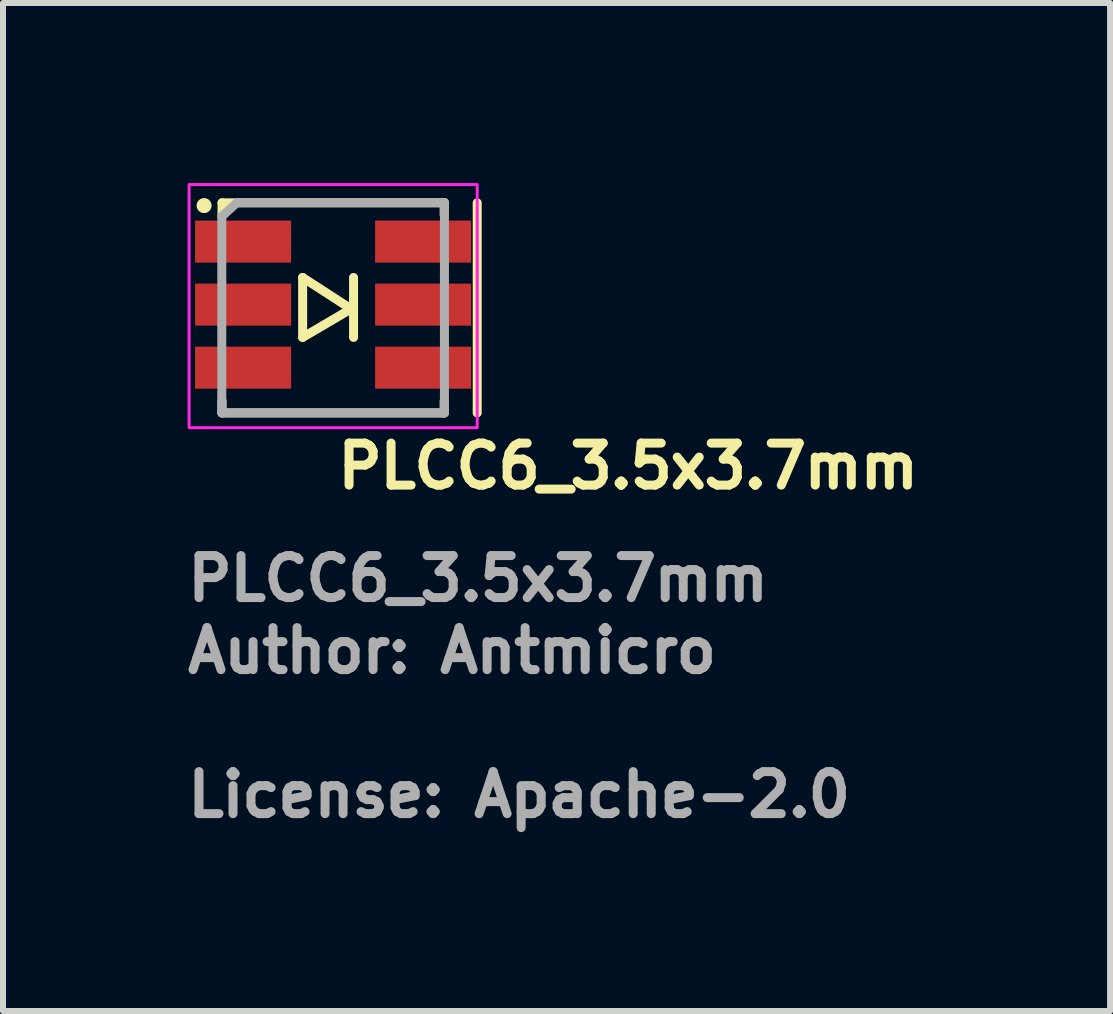
<source format=kicad_pcb>
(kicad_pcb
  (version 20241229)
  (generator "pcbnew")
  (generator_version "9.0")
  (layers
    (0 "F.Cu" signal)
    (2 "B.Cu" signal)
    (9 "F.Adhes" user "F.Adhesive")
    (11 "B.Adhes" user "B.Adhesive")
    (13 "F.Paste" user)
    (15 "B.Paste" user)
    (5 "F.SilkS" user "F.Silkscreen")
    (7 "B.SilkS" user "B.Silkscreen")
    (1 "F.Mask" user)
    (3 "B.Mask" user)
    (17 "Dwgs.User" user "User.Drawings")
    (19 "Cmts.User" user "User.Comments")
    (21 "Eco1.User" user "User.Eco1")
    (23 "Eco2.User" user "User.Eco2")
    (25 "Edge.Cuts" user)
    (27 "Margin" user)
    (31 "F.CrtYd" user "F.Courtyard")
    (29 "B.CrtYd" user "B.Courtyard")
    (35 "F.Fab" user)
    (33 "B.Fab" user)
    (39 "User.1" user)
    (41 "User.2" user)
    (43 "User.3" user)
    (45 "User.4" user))
  (footprint "PLCC6_3.5x3.7mm"
    (layer "F.Cu")
    (at 2.5 2.025)
    (property "Reference" "PLCC6_3.5x3.7mm" (at 0 3.1 0) (layer "F.SilkS") (effects (font (size 0.7 0.7) (thickness 0.15)) (justify left bottom)))
    (attr smd)
    (fp_line (start -1.851 -1.696) (end -1.851 -1.496) (stroke (width 0.15) (type solid)) (layer "F.SilkS"))
    (fp_line (start -1.851 -1.696) (end 1.85 -1.696) (stroke (width 0.15) (type solid)) (layer "F.SilkS"))
    (fp_line (start -1.851 1.804) (end -1.851 1.604) (stroke (width 0.15) (type solid)) (layer "F.SilkS"))
    (fp_line (start -0.508 -0.452) (end 0.34 0.098) (stroke (width 0.15) (type solid)) (layer "F.SilkS"))
    (fp_line (start -0.508 0.546) (end -0.508 -0.452) (stroke (width 0.15) (type solid)) (layer "F.SilkS"))
    (fp_line (start 0.34 0.047) (end -0.508 0.546) (stroke (width 0.15) (type solid)) (layer "F.SilkS"))
    (fp_line (start 0.34 0.546) (end 0.34 -0.452) (stroke (width 0.15) (type solid)) (layer "F.SilkS"))
    (fp_line (start 1.85 -1.696) (end 1.85 -1.496) (stroke (width 0.15) (type solid)) (layer "F.SilkS"))
    (fp_line (start 1.85 1.804) (end -1.851 1.804) (stroke (width 0.15) (type solid)) (layer "F.SilkS"))
    (fp_line (start 1.85 1.804) (end 1.85 1.604) (stroke (width 0.15) (type solid)) (layer "F.SilkS"))
    (fp_line (start 2.4 -1.696) (end 2.4 1.804) (stroke (width 0.15) (type solid)) (layer "F.SilkS"))
    (fp_circle (center -2.15 -1.65) (end -2.1 -1.65) (stroke (width 0.15) (type solid)) (fill yes) (layer "F.SilkS"))
    (fp_rect (start -2.4 -2) (end 2.4 2.05) (stroke (width 0.05) (type solid)) (fill no) (layer "F.CrtYd"))
    (fp_line (start -1.855 -1.47) (end -1.855 1.804) (stroke (width 0.15) (type solid)) (layer "F.Fab"))
    (fp_line (start -1.601 -1.7) (end -1.855 -1.47) (stroke (width 0.15) (type solid)) (layer "F.Fab"))
    (fp_line (start 1.854 -1.7) (end -1.601 -1.7) (stroke (width 0.15) (type solid)) (layer "F.Fab"))
    (fp_line (start 1.854 -1.7) (end 1.854 1.804) (stroke (width 0.15) (type solid)) (layer "F.Fab"))
    (fp_line (start 1.854 1.804) (end -1.855 1.804) (stroke (width 0.15) (type solid)) (layer "F.Fab"))
    (fp_rect (start -1.851 -1.75) (end 1.85 1.749) (stroke (width 0.1) (type solid)) (fill no) (layer "User.5"))
    (fp_line (start -1.85 -1.749) (end -1.85 1.75) (stroke (width 0.02) (type solid)) (layer "User.9"))
    (fp_line (start -1.85 -1.429) (end -1.85 -1.429) (stroke (width 0.02) (type solid)) (layer "User.9"))
    (fp_line (start -1.85 -1.429) (end -1.85 -0.829) (stroke (width 0.02) (type solid)) (layer "User.9"))
    (fp_line (start -1.85 -0.829) (end -1.85 -0.829) (stroke (width 0.02) (type solid)) (layer "User.9"))
    (fp_line (start -1.85 -0.349) (end -1.85 -0.349) (stroke (width 0.02) (type solid)) (layer "User.9"))
    (fp_line (start -1.85 -0.349) (end -1.85 0.251) (stroke (width 0.02) (type solid)) (layer "User.9"))
    (fp_line (start -1.85 0.251) (end -1.85 0.251) (stroke (width 0.02) (type solid)) (layer "User.9"))
    (fp_line (start -1.85 0.731) (end -1.85 0.731) (stroke (width 0.02) (type solid)) (layer "User.9"))
    (fp_line (start -1.85 0.731) (end -1.85 1.331) (stroke (width 0.02) (type solid)) (layer "User.9"))
    (fp_line (start -1.85 1.331) (end -1.85 1.331) (stroke (width 0.02) (type solid)) (layer "User.9"))
    (fp_line (start -1.85 1.75) (end 1.851 1.75) (stroke (width 0.02) (type solid)) (layer "User.9"))
    (fp_line (start -1.648 -1.55) (end -1.85 -1.749) (stroke (width 0.02) (type solid)) (layer "User.9"))
    (fp_line (start -1.648 -1.55) (end -1.648 1.551) (stroke (width 0.02) (type solid)) (layer "User.9"))
    (fp_line (start -1.648 1.551) (end -1.85 1.75) (stroke (width 0.02) (type solid)) (layer "User.9"))
    (fp_line (start -1.648 1.551) (end 1.065 1.551) (stroke (width 0.02) (type solid)) (layer "User.9"))
    (fp_line (start -1.449 0.001) (end -1.445 -0.096) (stroke (width 0.02) (type solid)) (layer "User.9"))
    (fp_line (start -1.449 0.001) (end -1.445 -0.096) (stroke (width 0.02) (type solid)) (layer "User.9"))
    (fp_line (start -1.449 0.05) (end -1.449 0.001) (stroke (width 0.02) (type solid)) (layer "User.9"))
    (fp_line (start -1.449 0.05) (end -1.449 0.001) (stroke (width 0.02) (type solid)) (layer "User.9"))
    (fp_line (start -1.445 -0.096) (end -1.437 -0.192) (stroke (width 0.02) (type solid)) (layer "User.9"))
    (fp_line (start -1.445 -0.096) (end -1.437 -0.192) (stroke (width 0.02) (type solid)) (layer "User.9"))
    (fp_line (start -1.445 0.098) (end -1.449 0.05) (stroke (width 0.02) (type solid)) (layer "User.9"))
    (fp_line (start -1.445 0.098) (end -1.449 0.05) (stroke (width 0.02) (type solid)) (layer "User.9"))
    (fp_line (start -1.441 0.145) (end -1.445 0.098) (stroke (width 0.02) (type solid)) (layer "User.9"))
    (fp_line (start -1.441 0.145) (end -1.445 0.098) (stroke (width 0.02) (type solid)) (layer "User.9"))
    (fp_line (start -1.437 -0.192) (end -1.421 -0.286) (stroke (width 0.02) (type solid)) (layer "User.9"))
    (fp_line (start -1.437 -0.192) (end -1.421 -0.286) (stroke (width 0.02) (type solid)) (layer "User.9"))
    (fp_line (start -1.437 0.194) (end -1.441 0.145) (stroke (width 0.02) (type solid)) (layer "User.9"))
    (fp_line (start -1.437 0.194) (end -1.441 0.145) (stroke (width 0.02) (type solid)) (layer "User.9"))
    (fp_line (start -1.429 0.24) (end -1.437 0.194) (stroke (width 0.02) (type solid)) (layer "User.9"))
    (fp_line (start -1.429 0.24) (end -1.437 0.194) (stroke (width 0.02) (type solid)) (layer "User.9"))
    (fp_line (start -1.421 -0.286) (end -1.398 -0.377) (stroke (width 0.02) (type solid)) (layer "User.9"))
    (fp_line (start -1.421 -0.286) (end -1.398 -0.377) (stroke (width 0.02) (type solid)) (layer "User.9"))
    (fp_line (start -1.421 0.288) (end -1.429 0.24) (stroke (width 0.02) (type solid)) (layer "User.9"))
    (fp_line (start -1.421 0.288) (end -1.429 0.24) (stroke (width 0.02) (type solid)) (layer "User.9"))
    (fp_line (start -1.411 0.334) (end -1.421 0.288) (stroke (width 0.02) (type solid)) (layer "User.9"))
    (fp_line (start -1.411 0.334) (end -1.421 0.288) (stroke (width 0.02) (type solid)) (layer "User.9"))
    (fp_line (start -1.398 -0.377) (end -1.372 -0.468) (stroke (width 0.02) (type solid)) (layer "User.9"))
    (fp_line (start -1.398 -0.377) (end -1.372 -0.468) (stroke (width 0.02) (type solid)) (layer "User.9"))
    (fp_line (start -1.398 0.379) (end -1.411 0.334) (stroke (width 0.02) (type solid)) (layer "User.9"))
    (fp_line (start -1.398 0.379) (end -1.411 0.334) (stroke (width 0.02) (type solid)) (layer "User.9"))
    (fp_line (start -1.386 0.424) (end -1.398 0.379) (stroke (width 0.02) (type solid)) (layer "User.9"))
    (fp_line (start -1.386 0.424) (end -1.398 0.379) (stroke (width 0.02) (type solid)) (layer "User.9"))
    (fp_line (start -1.372 -0.468) (end -1.338 -0.556) (stroke (width 0.02) (type solid)) (layer "User.9"))
    (fp_line (start -1.372 -0.468) (end -1.338 -0.556) (stroke (width 0.02) (type solid)) (layer "User.9"))
    (fp_line (start -1.372 0.47) (end -1.386 0.424) (stroke (width 0.02) (type solid)) (layer "User.9"))
    (fp_line (start -1.372 0.47) (end -1.386 0.424) (stroke (width 0.02) (type solid)) (layer "User.9"))
    (fp_line (start -1.356 0.514) (end -1.372 0.47) (stroke (width 0.02) (type solid)) (layer "User.9"))
    (fp_line (start -1.356 0.514) (end -1.372 0.47) (stroke (width 0.02) (type solid)) (layer "User.9"))
    (fp_line (start -1.338 -0.556) (end -1.3 -0.642) (stroke (width 0.02) (type solid)) (layer "User.9"))
    (fp_line (start -1.338 -0.556) (end -1.3 -0.642) (stroke (width 0.02) (type solid)) (layer "User.9"))
    (fp_line (start -1.338 0.558) (end -1.356 0.514) (stroke (width 0.02) (type solid)) (layer "User.9"))
    (fp_line (start -1.338 0.558) (end -1.356 0.514) (stroke (width 0.02) (type solid)) (layer "User.9"))
    (fp_line (start -1.32 0.6) (end -1.338 0.558) (stroke (width 0.02) (type solid)) (layer "User.9"))
    (fp_line (start -1.32 0.6) (end -1.338 0.558) (stroke (width 0.02) (type solid)) (layer "User.9"))
    (fp_line (start -1.3 -0.642) (end -1.255 -0.723) (stroke (width 0.02) (type solid)) (layer "User.9"))
    (fp_line (start -1.3 -0.642) (end -1.255 -0.723) (stroke (width 0.02) (type solid)) (layer "User.9"))
    (fp_line (start -1.3 0.644) (end -1.32 0.6) (stroke (width 0.02) (type solid)) (layer "User.9"))
    (fp_line (start -1.3 0.644) (end -1.32 0.6) (stroke (width 0.02) (type solid)) (layer "User.9"))
    (fp_line (start -1.277 0.685) (end -1.3 0.644) (stroke (width 0.02) (type solid)) (layer "User.9"))
    (fp_line (start -1.277 0.685) (end -1.3 0.644) (stroke (width 0.02) (type solid)) (layer "User.9"))
    (fp_line (start -1.255 -0.723) (end -1.205 -0.804) (stroke (width 0.02) (type solid)) (layer "User.9"))
    (fp_line (start -1.255 -0.723) (end -1.205 -0.804) (stroke (width 0.02) (type solid)) (layer "User.9"))
    (fp_line (start -1.255 0.726) (end -1.277 0.685) (stroke (width 0.02) (type solid)) (layer "User.9"))
    (fp_line (start -1.255 0.726) (end -1.277 0.685) (stroke (width 0.02) (type solid)) (layer "User.9"))
    (fp_line (start -1.231 0.766) (end -1.255 0.726) (stroke (width 0.02) (type solid)) (layer "User.9"))
    (fp_line (start -1.231 0.766) (end -1.255 0.726) (stroke (width 0.02) (type solid)) (layer "User.9"))
    (fp_line (start -1.205 -0.804) (end -1.15 -0.88) (stroke (width 0.02) (type solid)) (layer "User.9"))
    (fp_line (start -1.205 -0.804) (end -1.15 -0.88) (stroke (width 0.02) (type solid)) (layer "User.9"))
    (fp_line (start -1.205 0.806) (end -1.231 0.766) (stroke (width 0.02) (type solid)) (layer "User.9"))
    (fp_line (start -1.205 0.806) (end -1.231 0.766) (stroke (width 0.02) (type solid)) (layer "User.9"))
    (fp_line (start -1.179 0.844) (end -1.205 0.806) (stroke (width 0.02) (type solid)) (layer "User.9"))
    (fp_line (start -1.179 0.844) (end -1.205 0.806) (stroke (width 0.02) (type solid)) (layer "User.9"))
    (fp_line (start -1.15 -0.88) (end -1.09 -0.954) (stroke (width 0.02) (type solid)) (layer "User.9"))
    (fp_line (start -1.15 -0.88) (end -1.09 -0.954) (stroke (width 0.02) (type solid)) (layer "User.9"))
    (fp_line (start -1.15 0.882) (end -1.179 0.844) (stroke (width 0.02) (type solid)) (layer "User.9"))
    (fp_line (start -1.15 0.882) (end -1.179 0.844) (stroke (width 0.02) (type solid)) (layer "User.9"))
    (fp_line (start -1.122 0.92) (end -1.15 0.882) (stroke (width 0.02) (type solid)) (layer "User.9"))
    (fp_line (start -1.122 0.92) (end -1.15 0.882) (stroke (width 0.02) (type solid)) (layer "User.9"))
    (fp_line (start -1.09 -0.954) (end -1.026 -1.023) (stroke (width 0.02) (type solid)) (layer "User.9"))
    (fp_line (start -1.09 -0.954) (end -1.026 -1.023) (stroke (width 0.02) (type solid)) (layer "User.9"))
    (fp_line (start -1.09 0.956) (end -1.122 0.92) (stroke (width 0.02) (type solid)) (layer "User.9"))
    (fp_line (start -1.09 0.956) (end -1.122 0.92) (stroke (width 0.02) (type solid)) (layer "User.9"))
    (fp_line (start -1.06 0.99) (end -1.09 0.956) (stroke (width 0.02) (type solid)) (layer "User.9"))
    (fp_line (start -1.06 0.99) (end -1.09 0.956) (stroke (width 0.02) (type solid)) (layer "User.9"))
    (fp_line (start -1.026 -1.023) (end -0.958 -1.088) (stroke (width 0.02) (type solid)) (layer "User.9"))
    (fp_line (start -1.026 -1.023) (end -0.958 -1.088) (stroke (width 0.02) (type solid)) (layer "User.9"))
    (fp_line (start -1.026 1.024) (end -1.06 0.99) (stroke (width 0.02) (type solid)) (layer "User.9"))
    (fp_line (start -1.026 1.024) (end -1.06 0.99) (stroke (width 0.02) (type solid)) (layer "User.9"))
    (fp_line (start -0.992 1.057) (end -1.026 1.024) (stroke (width 0.02) (type solid)) (layer "User.9"))
    (fp_line (start -0.992 1.057) (end -1.026 1.024) (stroke (width 0.02) (type solid)) (layer "User.9"))
    (fp_line (start -0.958 -1.088) (end -0.883 -1.148) (stroke (width 0.02) (type solid)) (layer "User.9"))
    (fp_line (start -0.958 -1.088) (end -0.883 -1.148) (stroke (width 0.02) (type solid)) (layer "User.9"))
    (fp_line (start -0.958 1.089) (end -0.992 1.057) (stroke (width 0.02) (type solid)) (layer "User.9"))
    (fp_line (start -0.958 1.089) (end -0.992 1.057) (stroke (width 0.02) (type solid)) (layer "User.9"))
    (fp_line (start -0.922 1.119) (end -0.958 1.089) (stroke (width 0.02) (type solid)) (layer "User.9"))
    (fp_line (start -0.922 1.119) (end -0.958 1.089) (stroke (width 0.02) (type solid)) (layer "User.9"))
    (fp_line (start -0.883 -1.148) (end -0.807 -1.203) (stroke (width 0.02) (type solid)) (layer "User.9"))
    (fp_line (start -0.883 -1.148) (end -0.807 -1.203) (stroke (width 0.02) (type solid)) (layer "User.9"))
    (fp_line (start -0.883 1.149) (end -0.922 1.119) (stroke (width 0.02) (type solid)) (layer "User.9"))
    (fp_line (start -0.883 1.149) (end -0.922 1.119) (stroke (width 0.02) (type solid)) (layer "User.9"))
    (fp_line (start -0.845 1.178) (end -0.883 1.149) (stroke (width 0.02) (type solid)) (layer "User.9"))
    (fp_line (start -0.845 1.178) (end -0.883 1.149) (stroke (width 0.02) (type solid)) (layer "User.9"))
    (fp_line (start -0.807 -1.203) (end -0.723 -1.255) (stroke (width 0.02) (type solid)) (layer "User.9"))
    (fp_line (start -0.807 -1.203) (end -0.723 -1.255) (stroke (width 0.02) (type solid)) (layer "User.9"))
    (fp_line (start -0.807 1.206) (end -0.845 1.178) (stroke (width 0.02) (type solid)) (layer "User.9"))
    (fp_line (start -0.807 1.206) (end -0.845 1.178) (stroke (width 0.02) (type solid)) (layer "User.9"))
    (fp_line (start -0.765 1.232) (end -0.807 1.206) (stroke (width 0.02) (type solid)) (layer "User.9"))
    (fp_line (start -0.765 1.232) (end -0.807 1.206) (stroke (width 0.02) (type solid)) (layer "User.9"))
    (fp_line (start -0.723 -1.255) (end -0.723 -1.255) (stroke (width 0.02) (type solid)) (layer "User.9"))
    (fp_line (start -0.723 -1.255) (end -0.723 -1.255) (stroke (width 0.02) (type solid)) (layer "User.9"))
    (fp_line (start -0.723 -1.255) (end -0.638 -1.3) (stroke (width 0.02) (type solid)) (layer "User.9"))
    (fp_line (start -0.723 -1.255) (end -0.638 -1.3) (stroke (width 0.02) (type solid)) (layer "User.9"))
    (fp_line (start -0.723 1.256) (end -0.765 1.232) (stroke (width 0.02) (type solid)) (layer "User.9"))
    (fp_line (start -0.723 1.256) (end -0.765 1.232) (stroke (width 0.02) (type solid)) (layer "User.9"))
    (fp_line (start -0.723 1.256) (end -0.723 1.256) (stroke (width 0.02) (type solid)) (layer "User.9"))
    (fp_line (start -0.723 1.256) (end -0.723 1.256) (stroke (width 0.02) (type solid)) (layer "User.9"))
    (fp_line (start -0.638 -1.3) (end -0.552 -1.34) (stroke (width 0.02) (type solid)) (layer "User.9"))
    (fp_line (start -0.638 -1.3) (end -0.552 -1.34) (stroke (width 0.02) (type solid)) (layer "User.9"))
    (fp_line (start -0.638 1.303) (end -0.723 1.256) (stroke (width 0.02) (type solid)) (layer "User.9"))
    (fp_line (start -0.638 1.303) (end -0.723 1.256) (stroke (width 0.02) (type solid)) (layer "User.9"))
    (fp_line (start -0.552 -1.34) (end -0.463 -1.374) (stroke (width 0.02) (type solid)) (layer "User.9"))
    (fp_line (start -0.552 -1.34) (end -0.463 -1.374) (stroke (width 0.02) (type solid)) (layer "User.9"))
    (fp_line (start -0.552 1.341) (end -0.638 1.303) (stroke (width 0.02) (type solid)) (layer "User.9"))
    (fp_line (start -0.552 1.341) (end -0.638 1.303) (stroke (width 0.02) (type solid)) (layer "User.9"))
    (fp_line (start -0.463 -1.374) (end -0.371 -1.4) (stroke (width 0.02) (type solid)) (layer "User.9"))
    (fp_line (start -0.463 -1.374) (end -0.371 -1.4) (stroke (width 0.02) (type solid)) (layer "User.9"))
    (fp_line (start -0.463 1.375) (end -0.552 1.341) (stroke (width 0.02) (type solid)) (layer "User.9"))
    (fp_line (start -0.463 1.375) (end -0.552 1.341) (stroke (width 0.02) (type solid)) (layer "User.9"))
    (fp_line (start -0.371 -1.4) (end -0.28 -1.421) (stroke (width 0.02) (type solid)) (layer "User.9"))
    (fp_line (start -0.371 -1.4) (end -0.28 -1.421) (stroke (width 0.02) (type solid)) (layer "User.9"))
    (fp_line (start -0.371 1.403) (end -0.463 1.375) (stroke (width 0.02) (type solid)) (layer "User.9"))
    (fp_line (start -0.371 1.403) (end -0.463 1.375) (stroke (width 0.02) (type solid)) (layer "User.9"))
    (fp_line (start -0.28 -1.421) (end -0.186 -1.437) (stroke (width 0.02) (type solid)) (layer "User.9"))
    (fp_line (start -0.28 -1.421) (end -0.186 -1.437) (stroke (width 0.02) (type solid)) (layer "User.9"))
    (fp_line (start -0.28 1.424) (end -0.371 1.403) (stroke (width 0.02) (type solid)) (layer "User.9"))
    (fp_line (start -0.28 1.424) (end -0.371 1.403) (stroke (width 0.02) (type solid)) (layer "User.9"))
    (fp_line (start -0.186 -1.437) (end -0.092 -1.445) (stroke (width 0.02) (type solid)) (layer "User.9"))
    (fp_line (start -0.186 -1.437) (end -0.092 -1.445) (stroke (width 0.02) (type solid)) (layer "User.9"))
    (fp_line (start -0.186 1.438) (end -0.28 1.424) (stroke (width 0.02) (type solid)) (layer "User.9"))
    (fp_line (start -0.186 1.438) (end -0.28 1.424) (stroke (width 0.02) (type solid)) (layer "User.9"))
    (fp_line (start -0.092 -1.445) (end 0 -1.449) (stroke (width 0.02) (type solid)) (layer "User.9"))
    (fp_line (start -0.092 -1.445) (end 0 -1.449) (stroke (width 0.02) (type solid)) (layer "User.9"))
    (fp_line (start -0.092 1.448) (end -0.186 1.438) (stroke (width 0.02) (type solid)) (layer "User.9"))
    (fp_line (start -0.092 1.448) (end -0.186 1.438) (stroke (width 0.02) (type solid)) (layer "User.9"))
    (fp_line (start 0 -1.449) (end 0.094 -1.445) (stroke (width 0.02) (type solid)) (layer "User.9"))
    (fp_line (start 0 -1.449) (end 0.094 -1.445) (stroke (width 0.02) (type solid)) (layer "User.9"))
    (fp_line (start 0 1.45) (end -0.092 1.448) (stroke (width 0.02) (type solid)) (layer "User.9"))
    (fp_line (start 0 1.45) (end -0.092 1.448) (stroke (width 0.02) (type solid)) (layer "User.9"))
    (fp_line (start 0.094 -1.445) (end 0.188 -1.437) (stroke (width 0.02) (type solid)) (layer "User.9"))
    (fp_line (start 0.094 -1.445) (end 0.188 -1.437) (stroke (width 0.02) (type solid)) (layer "User.9"))
    (fp_line (start 0.094 1.448) (end 0 1.45) (stroke (width 0.02) (type solid)) (layer "User.9"))
    (fp_line (start 0.094 1.448) (end 0 1.45) (stroke (width 0.02) (type solid)) (layer "User.9"))
    (fp_line (start 0.188 -1.437) (end 0.282 -1.421) (stroke (width 0.02) (type solid)) (layer "User.9"))
    (fp_line (start 0.188 -1.437) (end 0.282 -1.421) (stroke (width 0.02) (type solid)) (layer "User.9"))
    (fp_line (start 0.188 1.438) (end 0.094 1.448) (stroke (width 0.02) (type solid)) (layer "User.9"))
    (fp_line (start 0.188 1.438) (end 0.094 1.448) (stroke (width 0.02) (type solid)) (layer "User.9"))
    (fp_line (start 0.282 -1.421) (end 0.373 -1.4) (stroke (width 0.02) (type solid)) (layer "User.9"))
    (fp_line (start 0.282 -1.421) (end 0.373 -1.4) (stroke (width 0.02) (type solid)) (layer "User.9"))
    (fp_line (start 0.282 1.424) (end 0.188 1.438) (stroke (width 0.02) (type solid)) (layer "User.9"))
    (fp_line (start 0.282 1.424) (end 0.188 1.438) (stroke (width 0.02) (type solid)) (layer "User.9"))
    (fp_line (start 0.373 -1.4) (end 0.465 -1.374) (stroke (width 0.02) (type solid)) (layer "User.9"))
    (fp_line (start 0.373 -1.4) (end 0.465 -1.374) (stroke (width 0.02) (type solid)) (layer "User.9"))
    (fp_line (start 0.373 1.403) (end 0.282 1.424) (stroke (width 0.02) (type solid)) (layer "User.9"))
    (fp_line (start 0.373 1.403) (end 0.282 1.424) (stroke (width 0.02) (type solid)) (layer "User.9"))
    (fp_line (start 0.465 -1.374) (end 0.554 -1.34) (stroke (width 0.02) (type solid)) (layer "User.9"))
    (fp_line (start 0.465 -1.374) (end 0.554 -1.34) (stroke (width 0.02) (type solid)) (layer "User.9"))
    (fp_line (start 0.465 1.375) (end 0.373 1.403) (stroke (width 0.02) (type solid)) (layer "User.9"))
    (fp_line (start 0.465 1.375) (end 0.373 1.403) (stroke (width 0.02) (type solid)) (layer "User.9"))
    (fp_line (start 0.554 -1.34) (end 0.64 -1.3) (stroke (width 0.02) (type solid)) (layer "User.9"))
    (fp_line (start 0.554 -1.34) (end 0.64 -1.3) (stroke (width 0.02) (type solid)) (layer "User.9"))
    (fp_line (start 0.554 1.341) (end 0.465 1.375) (stroke (width 0.02) (type solid)) (layer "User.9"))
    (fp_line (start 0.554 1.341) (end 0.465 1.375) (stroke (width 0.02) (type solid)) (layer "User.9"))
    (fp_line (start 0.64 -1.3) (end 0.725 -1.255) (stroke (width 0.02) (type solid)) (layer "User.9"))
    (fp_line (start 0.64 -1.3) (end 0.725 -1.255) (stroke (width 0.02) (type solid)) (layer "User.9"))
    (fp_line (start 0.64 1.303) (end 0.554 1.341) (stroke (width 0.02) (type solid)) (layer "User.9"))
    (fp_line (start 0.64 1.303) (end 0.554 1.341) (stroke (width 0.02) (type solid)) (layer "User.9"))
    (fp_line (start 0.725 -1.255) (end 0.725 -1.255) (stroke (width 0.02) (type solid)) (layer "User.9"))
    (fp_line (start 0.725 -1.255) (end 0.725 -1.255) (stroke (width 0.02) (type solid)) (layer "User.9"))
    (fp_line (start 0.725 -1.255) (end 0.767 -1.229) (stroke (width 0.02) (type solid)) (layer "User.9"))
    (fp_line (start 0.725 -1.255) (end 0.767 -1.229) (stroke (width 0.02) (type solid)) (layer "User.9"))
    (fp_line (start 0.725 1.256) (end 0.64 1.303) (stroke (width 0.02) (type solid)) (layer "User.9"))
    (fp_line (start 0.725 1.256) (end 0.64 1.303) (stroke (width 0.02) (type solid)) (layer "User.9"))
    (fp_line (start 0.725 1.256) (end 0.725 1.256) (stroke (width 0.02) (type solid)) (layer "User.9"))
    (fp_line (start 0.725 1.256) (end 0.725 1.256) (stroke (width 0.02) (type solid)) (layer "User.9"))
    (fp_line (start 0.767 -1.229) (end 0.809 -1.203) (stroke (width 0.02) (type solid)) (layer "User.9"))
    (fp_line (start 0.767 -1.229) (end 0.809 -1.203) (stroke (width 0.02) (type solid)) (layer "User.9"))
    (fp_line (start 0.809 -1.203) (end 0.847 -1.177) (stroke (width 0.02) (type solid)) (layer "User.9"))
    (fp_line (start 0.809 -1.203) (end 0.847 -1.177) (stroke (width 0.02) (type solid)) (layer "User.9"))
    (fp_line (start 0.809 1.206) (end 0.725 1.256) (stroke (width 0.02) (type solid)) (layer "User.9"))
    (fp_line (start 0.809 1.206) (end 0.725 1.256) (stroke (width 0.02) (type solid)) (layer "User.9"))
    (fp_line (start 0.847 -1.177) (end 0.885 -1.148) (stroke (width 0.02) (type solid)) (layer "User.9"))
    (fp_line (start 0.847 -1.177) (end 0.885 -1.148) (stroke (width 0.02) (type solid)) (layer "User.9"))
    (fp_line (start 0.885 -1.148) (end 0.924 -1.118) (stroke (width 0.02) (type solid)) (layer "User.9"))
    (fp_line (start 0.885 -1.148) (end 0.924 -1.118) (stroke (width 0.02) (type solid)) (layer "User.9"))
    (fp_line (start 0.885 1.149) (end 0.809 1.206) (stroke (width 0.02) (type solid)) (layer "User.9"))
    (fp_line (start 0.885 1.149) (end 0.809 1.206) (stroke (width 0.02) (type solid)) (layer "User.9"))
    (fp_line (start 0.924 -1.118) (end 0.96 -1.088) (stroke (width 0.02) (type solid)) (layer "User.9"))
    (fp_line (start 0.924 -1.118) (end 0.96 -1.088) (stroke (width 0.02) (type solid)) (layer "User.9"))
    (fp_line (start 0.96 -1.088) (end 0.994 -1.056) (stroke (width 0.02) (type solid)) (layer "User.9"))
    (fp_line (start 0.96 -1.088) (end 0.994 -1.056) (stroke (width 0.02) (type solid)) (layer "User.9"))
    (fp_line (start 0.96 1.089) (end 0.885 1.149) (stroke (width 0.02) (type solid)) (layer "User.9"))
    (fp_line (start 0.96 1.089) (end 0.885 1.149) (stroke (width 0.02) (type solid)) (layer "User.9"))
    (fp_line (start 0.994 -1.056) (end 1.029 -1.023) (stroke (width 0.02) (type solid)) (layer "User.9"))
    (fp_line (start 0.994 -1.056) (end 1.029 -1.023) (stroke (width 0.02) (type solid)) (layer "User.9"))
    (fp_line (start 1.024 1.587) (end 1.065 1.551) (stroke (width 0.02) (type solid)) (layer "User.9"))
    (fp_line (start 1.029 -1.023) (end 1.061 -0.988) (stroke (width 0.02) (type solid)) (layer "User.9"))
    (fp_line (start 1.029 -1.023) (end 1.061 -0.988) (stroke (width 0.02) (type solid)) (layer "User.9"))
    (fp_line (start 1.029 1.024) (end 0.96 1.089) (stroke (width 0.02) (type solid)) (layer "User.9"))
    (fp_line (start 1.029 1.024) (end 0.96 1.089) (stroke (width 0.02) (type solid)) (layer "User.9"))
    (fp_line (start 1.061 -0.988) (end 1.093 -0.954) (stroke (width 0.02) (type solid)) (layer "User.9"))
    (fp_line (start 1.061 -0.988) (end 1.093 -0.954) (stroke (width 0.02) (type solid)) (layer "User.9"))
    (fp_line (start 1.065 1.551) (end 1.651 1.039) (stroke (width 0.02) (type solid)) (layer "User.9"))
    (fp_line (start 1.093 -0.954) (end 1.123 -0.918) (stroke (width 0.02) (type solid)) (layer "User.9"))
    (fp_line (start 1.093 -0.954) (end 1.123 -0.918) (stroke (width 0.02) (type solid)) (layer "User.9"))
    (fp_line (start 1.093 0.956) (end 1.029 1.024) (stroke (width 0.02) (type solid)) (layer "User.9"))
    (fp_line (start 1.093 0.956) (end 1.029 1.024) (stroke (width 0.02) (type solid)) (layer "User.9"))
    (fp_line (start 1.123 -0.918) (end 1.153 -0.88) (stroke (width 0.02) (type solid)) (layer "User.9"))
    (fp_line (start 1.123 -0.918) (end 1.153 -0.88) (stroke (width 0.02) (type solid)) (layer "User.9"))
    (fp_line (start 1.153 -0.88) (end 1.18 -0.842) (stroke (width 0.02) (type solid)) (layer "User.9"))
    (fp_line (start 1.153 -0.88) (end 1.18 -0.842) (stroke (width 0.02) (type solid)) (layer "User.9"))
    (fp_line (start 1.153 0.882) (end 1.093 0.956) (stroke (width 0.02) (type solid)) (layer "User.9"))
    (fp_line (start 1.153 0.882) (end 1.093 0.956) (stroke (width 0.02) (type solid)) (layer "User.9"))
    (fp_line (start 1.18 -0.842) (end 1.208 -0.804) (stroke (width 0.02) (type solid)) (layer "User.9"))
    (fp_line (start 1.18 -0.842) (end 1.208 -0.804) (stroke (width 0.02) (type solid)) (layer "User.9"))
    (fp_line (start 1.208 -0.804) (end 1.232 -0.764) (stroke (width 0.02) (type solid)) (layer "User.9"))
    (fp_line (start 1.208 -0.804) (end 1.232 -0.764) (stroke (width 0.02) (type solid)) (layer "User.9"))
    (fp_line (start 1.208 0.806) (end 1.153 0.882) (stroke (width 0.02) (type solid)) (layer "User.9"))
    (fp_line (start 1.208 0.806) (end 1.153 0.882) (stroke (width 0.02) (type solid)) (layer "User.9"))
    (fp_line (start 1.232 -0.764) (end 1.256 -0.723) (stroke (width 0.02) (type solid)) (layer "User.9"))
    (fp_line (start 1.232 -0.764) (end 1.256 -0.723) (stroke (width 0.02) (type solid)) (layer "User.9"))
    (fp_line (start 1.256 -0.723) (end 1.28 -0.683) (stroke (width 0.02) (type solid)) (layer "User.9"))
    (fp_line (start 1.256 -0.723) (end 1.28 -0.683) (stroke (width 0.02) (type solid)) (layer "User.9"))
    (fp_line (start 1.256 0.726) (end 1.208 0.806) (stroke (width 0.02) (type solid)) (layer "User.9"))
    (fp_line (start 1.256 0.726) (end 1.208 0.806) (stroke (width 0.02) (type solid)) (layer "User.9"))
    (fp_line (start 1.28 -0.683) (end 1.301 -0.642) (stroke (width 0.02) (type solid)) (layer "User.9"))
    (fp_line (start 1.28 -0.683) (end 1.301 -0.642) (stroke (width 0.02) (type solid)) (layer "User.9"))
    (fp_line (start 1.301 -0.642) (end 1.321 -0.598) (stroke (width 0.02) (type solid)) (layer "User.9"))
    (fp_line (start 1.301 -0.642) (end 1.321 -0.598) (stroke (width 0.02) (type solid)) (layer "User.9"))
    (fp_line (start 1.301 0.644) (end 1.256 0.726) (stroke (width 0.02) (type solid)) (layer "User.9"))
    (fp_line (start 1.301 0.644) (end 1.256 0.726) (stroke (width 0.02) (type solid)) (layer "User.9"))
    (fp_line (start 1.321 -0.598) (end 1.339 -0.556) (stroke (width 0.02) (type solid)) (layer "User.9"))
    (fp_line (start 1.321 -0.598) (end 1.339 -0.556) (stroke (width 0.02) (type solid)) (layer "User.9"))
    (fp_line (start 1.339 -0.556) (end 1.357 -0.512) (stroke (width 0.02) (type solid)) (layer "User.9"))
    (fp_line (start 1.339 -0.556) (end 1.357 -0.512) (stroke (width 0.02) (type solid)) (layer "User.9"))
    (fp_line (start 1.339 0.558) (end 1.301 0.644) (stroke (width 0.02) (type solid)) (layer "User.9"))
    (fp_line (start 1.339 0.558) (end 1.301 0.644) (stroke (width 0.02) (type solid)) (layer "User.9"))
    (fp_line (start 1.357 -0.512) (end 1.373 -0.468) (stroke (width 0.02) (type solid)) (layer "User.9"))
    (fp_line (start 1.357 -0.512) (end 1.373 -0.468) (stroke (width 0.02) (type solid)) (layer "User.9"))
    (fp_line (start 1.373 -0.468) (end 1.387 -0.422) (stroke (width 0.02) (type solid)) (layer "User.9"))
    (fp_line (start 1.373 -0.468) (end 1.387 -0.422) (stroke (width 0.02) (type solid)) (layer "User.9"))
    (fp_line (start 1.373 0.47) (end 1.339 0.558) (stroke (width 0.02) (type solid)) (layer "User.9"))
    (fp_line (start 1.373 0.47) (end 1.339 0.558) (stroke (width 0.02) (type solid)) (layer "User.9"))
    (fp_line (start 1.387 -0.422) (end 1.401 -0.377) (stroke (width 0.02) (type solid)) (layer "User.9"))
    (fp_line (start 1.387 -0.422) (end 1.401 -0.377) (stroke (width 0.02) (type solid)) (layer "User.9"))
    (fp_line (start 1.401 -0.377) (end 1.412 -0.332) (stroke (width 0.02) (type solid)) (layer "User.9"))
    (fp_line (start 1.401 -0.377) (end 1.412 -0.332) (stroke (width 0.02) (type solid)) (layer "User.9"))
    (fp_line (start 1.401 0.379) (end 1.373 0.47) (stroke (width 0.02) (type solid)) (layer "User.9"))
    (fp_line (start 1.401 0.379) (end 1.373 0.47) (stroke (width 0.02) (type solid)) (layer "User.9"))
    (fp_line (start 1.412 -0.332) (end 1.422 -0.286) (stroke (width 0.02) (type solid)) (layer "User.9"))
    (fp_line (start 1.412 -0.332) (end 1.422 -0.286) (stroke (width 0.02) (type solid)) (layer "User.9"))
    (fp_line (start 1.422 -0.286) (end 1.432 -0.239) (stroke (width 0.02) (type solid)) (layer "User.9"))
    (fp_line (start 1.422 -0.286) (end 1.432 -0.239) (stroke (width 0.02) (type solid)) (layer "User.9"))
    (fp_line (start 1.422 0.288) (end 1.401 0.379) (stroke (width 0.02) (type solid)) (layer "User.9"))
    (fp_line (start 1.422 0.288) (end 1.401 0.379) (stroke (width 0.02) (type solid)) (layer "User.9"))
    (fp_line (start 1.432 -0.239) (end 1.438 -0.192) (stroke (width 0.02) (type solid)) (layer "User.9"))
    (fp_line (start 1.432 -0.239) (end 1.438 -0.192) (stroke (width 0.02) (type solid)) (layer "User.9"))
    (fp_line (start 1.438 -0.192) (end 1.444 -0.144) (stroke (width 0.02) (type solid)) (layer "User.9"))
    (fp_line (start 1.438 -0.192) (end 1.444 -0.144) (stroke (width 0.02) (type solid)) (layer "User.9"))
    (fp_line (start 1.438 0.194) (end 1.422 0.288) (stroke (width 0.02) (type solid)) (layer "User.9"))
    (fp_line (start 1.438 0.194) (end 1.422 0.288) (stroke (width 0.02) (type solid)) (layer "User.9"))
    (fp_line (start 1.444 -0.144) (end 1.448 -0.096) (stroke (width 0.02) (type solid)) (layer "User.9"))
    (fp_line (start 1.444 -0.144) (end 1.448 -0.096) (stroke (width 0.02) (type solid)) (layer "User.9"))
    (fp_line (start 1.448 -0.096) (end 1.45 -0.048) (stroke (width 0.02) (type solid)) (layer "User.9"))
    (fp_line (start 1.448 -0.096) (end 1.45 -0.048) (stroke (width 0.02) (type solid)) (layer "User.9"))
    (fp_line (start 1.448 0.098) (end 1.438 0.194) (stroke (width 0.02) (type solid)) (layer "User.9"))
    (fp_line (start 1.448 0.098) (end 1.438 0.194) (stroke (width 0.02) (type solid)) (layer "User.9"))
    (fp_line (start 1.45 -0.048) (end 1.45 0.001) (stroke (width 0.02) (type solid)) (layer "User.9"))
    (fp_line (start 1.45 -0.048) (end 1.45 0.001) (stroke (width 0.02) (type solid)) (layer "User.9"))
    (fp_line (start 1.45 0.001) (end 1.448 0.098) (stroke (width 0.02) (type solid)) (layer "User.9"))
    (fp_line (start 1.45 0.001) (end 1.448 0.098) (stroke (width 0.02) (type solid)) (layer "User.9"))
    (fp_line (start 1.651 -1.55) (end -1.648 -1.55) (stroke (width 0.02) (type solid)) (layer "User.9"))
    (fp_line (start 1.651 -1.55) (end 1.851 -1.749) (stroke (width 0.02) (type solid)) (layer "User.9"))
    (fp_line (start 1.651 1.039) (end 1.651 -1.55) (stroke (width 0.02) (type solid)) (layer "User.9"))
    (fp_line (start 1.651 1.039) (end 1.688 1.006) (stroke (width 0.02) (type solid)) (layer "User.9"))
    (fp_line (start 1.688 1.006) (end 1.688 1.587) (stroke (width 0.02) (type solid)) (layer "User.9"))
    (fp_line (start 1.688 1.587) (end 1.024 1.587) (stroke (width 0.02) (type solid)) (layer "User.9"))
    (fp_line (start 1.851 -1.749) (end -1.85 -1.749) (stroke (width 0.02) (type solid)) (layer "User.9"))
    (fp_line (start 1.851 -1.429) (end 1.851 -1.429) (stroke (width 0.02) (type solid)) (layer "User.9"))
    (fp_line (start 1.851 -1.429) (end 1.851 -0.829) (stroke (width 0.02) (type solid)) (layer "User.9"))
    (fp_line (start 1.851 -0.829) (end 1.851 -0.829) (stroke (width 0.02) (type solid)) (layer "User.9"))
    (fp_line (start 1.851 -0.349) (end 1.851 -0.349) (stroke (width 0.02) (type solid)) (layer "User.9"))
    (fp_line (start 1.851 -0.349) (end 1.851 0.251) (stroke (width 0.02) (type solid)) (layer "User.9"))
    (fp_line (start 1.851 0.251) (end 1.851 0.251) (stroke (width 0.02) (type solid)) (layer "User.9"))
    (fp_line (start 1.851 0.731) (end 1.851 0.731) (stroke (width 0.02) (type solid)) (layer "User.9"))
    (fp_line (start 1.851 0.731) (end 1.851 1.331) (stroke (width 0.02) (type solid)) (layer "User.9"))
    (fp_line (start 1.851 1.331) (end 1.851 1.331) (stroke (width 0.02) (type solid)) (layer "User.9"))
    (fp_line (start 1.851 1.75) (end 1.688 1.587) (stroke (width 0.02) (type solid)) (layer "User.9"))
    (fp_line (start 1.851 1.75) (end 1.851 -1.749) (stroke (width 0.02) (type solid)) (layer "User.9"))
    (fp_text user "Author: Antmicro" (at -2.5 6.174 0) (layer "F.Fab") (effects (font (size 0.7 0.7) (thickness 0.15)) (justify left bottom)))
    (fp_text user "License: Apache-2.0" (at -2.5 8.573 0) (layer "F.Fab") (effects (font (size 0.7 0.7) (thickness 0.15)) (justify left bottom)))
    (fp_text user "${REFERENCE}" (at -2.5 4.974 0) (layer "F.Fab") (effects (font (size 0.7 0.7) (thickness 0.15)) (justify left bottom)))
    (pad "1" smd rect (at -1.5 -1.05) (size 1.6 0.7) (layers "F.Cu" "F.Mask" "F.Paste"))
    (pad "2" smd rect (at 1.499 -1.05) (size 1.6 0.7) (layers "F.Cu" "F.Mask" "F.Paste"))
    (pad "3" smd rect (at -1.5 0) (size 1.6 0.7) (layers "F.Cu" "F.Mask" "F.Paste"))
    (pad "4" smd rect (at 1.499 0) (size 1.6 0.7) (layers "F.Cu" "F.Mask" "F.Paste"))
    (pad "5" smd rect (at -1.5 1.05) (size 1.6 0.7) (layers "F.Cu" "F.Mask" "F.Paste"))
    (pad "6" smd rect (at 1.499 1.05) (size 1.6 0.7) (layers "F.Cu" "F.Mask" "F.Paste")))
  (gr_rect
    (start -3 -3)
    (end 15.443 13.793)
    (stroke (width 0.1) (type default))
    (fill no)
    (layer "Edge.Cuts")))
</source>
